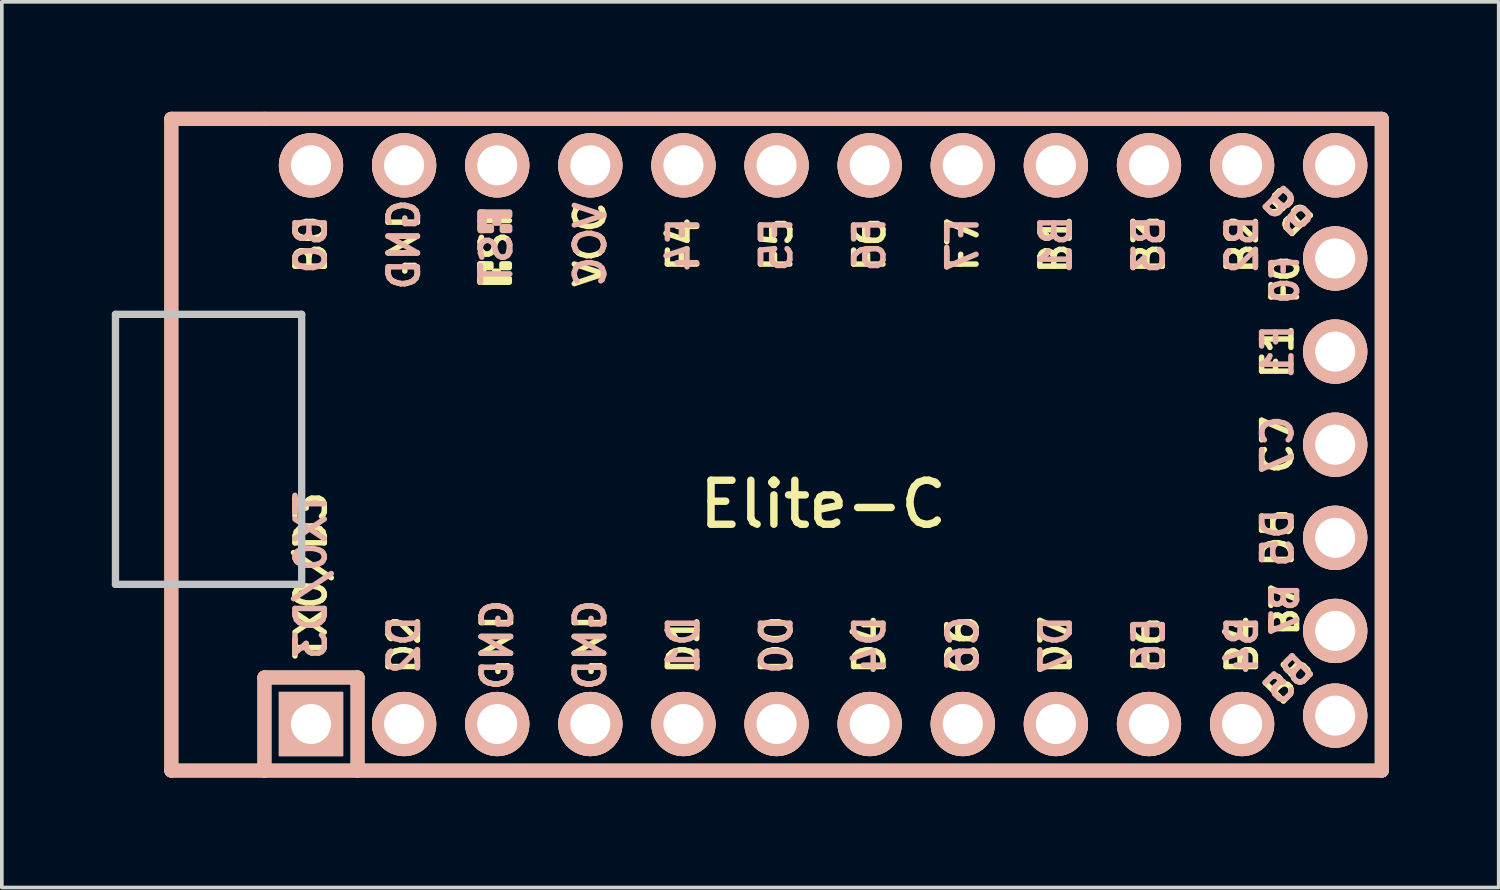
<source format=kicad_pcb>
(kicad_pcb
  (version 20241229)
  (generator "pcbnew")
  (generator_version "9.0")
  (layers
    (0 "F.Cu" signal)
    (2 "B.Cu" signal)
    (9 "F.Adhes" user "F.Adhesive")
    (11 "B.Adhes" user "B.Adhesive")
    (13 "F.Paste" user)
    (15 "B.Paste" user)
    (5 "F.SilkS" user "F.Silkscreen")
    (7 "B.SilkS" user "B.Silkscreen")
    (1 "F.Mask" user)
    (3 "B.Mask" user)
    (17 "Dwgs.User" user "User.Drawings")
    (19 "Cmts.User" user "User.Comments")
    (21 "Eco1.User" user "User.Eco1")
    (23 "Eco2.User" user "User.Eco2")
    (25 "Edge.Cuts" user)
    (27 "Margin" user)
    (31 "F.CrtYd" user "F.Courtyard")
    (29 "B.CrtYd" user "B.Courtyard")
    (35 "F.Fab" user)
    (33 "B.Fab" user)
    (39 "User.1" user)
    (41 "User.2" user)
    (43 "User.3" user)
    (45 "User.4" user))
  (footprint "Elite-C"
    (layer "F.Cu")
    (at 19.404 9.081)
    (property "Reference" "Elite-C" (at 0 1.625 0) (layer "F.SilkS") (effects (font (size 1.2 1.2) (thickness 0.203))))
    (attr through_hole)
    (fp_line (start -17.78 -8.89) (end -17.78 8.89) (stroke (width 0.381) (type solid)) (layer "F.SilkS"))
    (fp_line (start -17.78 8.89) (end -15.24 8.89) (stroke (width 0.381) (type solid)) (layer "F.SilkS"))
    (fp_line (start -15.24 -8.89) (end -17.78 -8.89) (stroke (width 0.381) (type solid)) (layer "F.SilkS"))
    (fp_line (start -15.24 6.35) (end -15.24 8.89) (stroke (width 0.381) (type solid)) (layer "F.SilkS"))
    (fp_line (start -15.24 6.35) (end -12.7 6.35) (stroke (width 0.381) (type solid)) (layer "F.SilkS"))
    (fp_line (start -15.24 8.89) (end 15.24 8.89) (stroke (width 0.381) (type solid)) (layer "F.SilkS"))
    (fp_line (start -12.7 6.35) (end -12.7 8.89) (stroke (width 0.381) (type solid)) (layer "F.SilkS"))
    (fp_line (start 15.24 -8.89) (end -15.24 -8.89) (stroke (width 0.381) (type solid)) (layer "F.SilkS"))
    (fp_line (start 15.24 8.89) (end 15.24 -8.89) (stroke (width 0.381) (type solid)) (layer "F.SilkS"))
    (fp_poly (pts (xy -9.361 -4.932) (xy -9.261 -4.932) (xy -9.261 -4.432) (xy -9.361 -4.432)) (stroke (width 0.15) (type solid)) (fill yes) (layer "F.SilkS"))
    (fp_poly (pts (xy -9.361 -4.932) (xy -9.061 -4.932) (xy -9.061 -4.832) (xy -9.361 -4.832)) (stroke (width 0.15) (type solid)) (fill yes) (layer "F.SilkS"))
    (fp_poly (pts (xy -9.361 -4.532) (xy -8.561 -4.532) (xy -8.561 -4.432) (xy -9.361 -4.432)) (stroke (width 0.15) (type solid)) (fill yes) (layer "F.SilkS"))
    (fp_poly (pts (xy -8.961 -4.732) (xy -8.861 -4.732) (xy -8.861 -4.632) (xy -8.961 -4.632)) (stroke (width 0.15) (type solid)) (fill yes) (layer "F.SilkS"))
    (fp_poly (pts (xy -8.761 -4.932) (xy -8.561 -4.932) (xy -8.561 -4.832) (xy -8.761 -4.832)) (stroke (width 0.15) (type solid)) (fill yes) (layer "F.SilkS"))
    (fp_line (start -17.78 -8.89) (end -17.78 8.89) (stroke (width 0.381) (type solid)) (layer "B.SilkS"))
    (fp_line (start -17.78 8.89) (end 15.24 8.89) (stroke (width 0.381) (type solid)) (layer "B.SilkS"))
    (fp_line (start -15.24 6.35) (end -15.24 8.89) (stroke (width 0.381) (type solid)) (layer "B.SilkS"))
    (fp_line (start -15.24 6.35) (end -12.7 6.35) (stroke (width 0.381) (type solid)) (layer "B.SilkS"))
    (fp_line (start -12.7 6.35) (end -12.7 8.89) (stroke (width 0.381) (type solid)) (layer "B.SilkS"))
    (fp_line (start 15.24 -8.89) (end -17.78 -8.89) (stroke (width 0.381) (type solid)) (layer "B.SilkS"))
    (fp_line (start 15.24 8.89) (end 15.24 -8.89) (stroke (width 0.381) (type solid)) (layer "B.SilkS"))
    (fp_poly (pts (xy -9.351 -6.245) (xy -8.551 -6.245) (xy -8.551 -6.345) (xy -9.351 -6.345)) (stroke (width 0.15) (type solid)) (fill yes) (layer "B.SilkS"))
    (fp_poly (pts (xy -9.351 -5.845) (xy -9.251 -5.845) (xy -9.251 -6.345) (xy -9.351 -6.345)) (stroke (width 0.15) (type solid)) (fill yes) (layer "B.SilkS"))
    (fp_poly (pts (xy -9.351 -5.845) (xy -9.051 -5.845) (xy -9.051 -5.945) (xy -9.351 -5.945)) (stroke (width 0.15) (type solid)) (fill yes) (layer "B.SilkS"))
    (fp_poly (pts (xy -8.951 -6.045) (xy -8.851 -6.045) (xy -8.851 -6.145) (xy -8.951 -6.145)) (stroke (width 0.15) (type solid)) (fill yes) (layer "B.SilkS"))
    (fp_poly (pts (xy -8.751 -5.845) (xy -8.551 -5.845) (xy -8.551 -5.945) (xy -8.751 -5.945)) (stroke (width 0.15) (type solid)) (fill yes) (layer "B.SilkS"))
    (fp_line (start -19.304 -3.556) (end -14.224 -3.556) (stroke (width 0.2) (type solid)) (layer "Dwgs.User"))
    (fp_line (start -19.304 3.81) (end -19.304 -3.556) (stroke (width 0.2) (type solid)) (layer "Dwgs.User"))
    (fp_line (start -14.224 -3.556) (end -14.224 3.81) (stroke (width 0.2) (type solid)) (layer "Dwgs.User"))
    (fp_line (start -14.224 3.81) (end -19.304 3.81) (stroke (width 0.2) (type solid)) (layer "Dwgs.User"))
    (fp_text user "F4" (at -3.81 -5.461 90) (layer "F.SilkS") (effects (font (size 0.8 0.8) (thickness 0.15))))
    (fp_text user "D7" (at 6.35 5.461 90) (layer "F.SilkS") (effects (font (size 0.8 0.8) (thickness 0.15))))
    (fp_text user "F7" (at 3.81 -5.461 90) (layer "F.SilkS") (effects (font (size 0.8 0.8) (thickness 0.15))))
    (fp_text user "B5" (at 12.7 6.4 45) (layer "F.SilkS") (effects (font (size 0.7 0.7) (thickness 0.15))))
    (fp_text user "ST" (at -8.92 -5.733 90) (layer "F.SilkS") (effects (font (size 0.8 0.8) (thickness 0.15))))
    (fp_text user "F0" (at 12.6 -4.5 90) (layer "F.SilkS") (effects (font (size 0.7 0.7) (thickness 0.15))))
    (fp_text user "C7" (at 12.4 0 90) (layer "F.SilkS") (effects (font (size 0.8 0.8) (thickness 0.15))))
    (fp_text user "GND" (at -11.43 -5.461 90) (layer "F.SilkS") (effects (font (size 0.8 0.8) (thickness 0.15))))
    (fp_text user "TX0/D3" (at -13.97 3.572 90) (layer "F.SilkS") (effects (font (size 0.8 0.8) (thickness 0.15))))
    (fp_text user "C6" (at 3.81 5.461 90) (layer "F.SilkS") (effects (font (size 0.8 0.8) (thickness 0.15))))
    (fp_text user "B3" (at 8.89 -5.461 90) (layer "F.SilkS") (effects (font (size 0.8 0.8) (thickness 0.15))))
    (fp_text user "VCC" (at -6.35 -5.461 90) (layer "F.SilkS") (effects (font (size 0.8 0.8) (thickness 0.15))))
    (fp_text user "GND" (at -8.89 5.461 90) (layer "F.SilkS") (effects (font (size 0.8 0.8) (thickness 0.15))))
    (fp_text user "D2" (at -11.43 5.461 90) (layer "F.SilkS") (effects (font (size 0.8 0.8) (thickness 0.15))))
    (fp_text user "F6" (at 1.27 -5.461 90) (layer "F.SilkS") (effects (font (size 0.8 0.8) (thickness 0.15))))
    (fp_text user "B4" (at 11.43 5.461 90) (layer "F.SilkS") (effects (font (size 0.8 0.8) (thickness 0.15))))
    (fp_text user "GND" (at -6.35 5.461 90) (layer "F.SilkS") (effects (font (size 0.8 0.8) (thickness 0.15))))
    (fp_text user "B1" (at 6.35 -5.461 90) (layer "F.SilkS") (effects (font (size 0.8 0.8) (thickness 0.15))))
    (fp_text user "D4" (at 1.27 5.461 90) (layer "F.SilkS") (effects (font (size 0.8 0.8) (thickness 0.15))))
    (fp_text user "B6" (at 12.7 -6.4 135) (unlocked yes) (layer "F.SilkS") (effects (font (size 0.7 0.7) (thickness 0.15))))
    (fp_text user "B2" (at 11.43 -5.461 90) (layer "F.SilkS") (effects (font (size 0.8 0.8) (thickness 0.15))))
    (fp_text user "D0" (at -1.27 5.461 90) (layer "F.SilkS") (effects (font (size 0.8 0.8) (thickness 0.15))))
    (fp_text user "B0" (at -13.97 -5.461 90) (layer "F.SilkS") (effects (font (size 0.8 0.8) (thickness 0.15))))
    (fp_text user "F1" (at 12.4 -2.54 90) (layer "F.SilkS") (effects (font (size 0.8 0.8) (thickness 0.15))))
    (fp_text user "F5" (at -1.27 -5.461 90) (layer "F.SilkS") (effects (font (size 0.8 0.8) (thickness 0.15))))
    (fp_text user "D5" (at 12.4 2.54 90) (layer "F.SilkS") (effects (font (size 0.8 0.8) (thickness 0.15))))
    (fp_text user "D1" (at -3.81 5.461 90) (layer "F.SilkS") (effects (font (size 0.8 0.8) (thickness 0.15))))
    (fp_text user "E6" (at 8.89 5.461 90) (layer "F.SilkS") (effects (font (size 0.8 0.8) (thickness 0.15))))
    (fp_text user "B7" (at 12.6 4.5 90) (layer "F.SilkS") (effects (font (size 0.7 0.7) (thickness 0.15))))
    (fp_text user "D1" (at -3.81 5.461 90) (layer "B.SilkS") (effects (font (size 0.8 0.8) (thickness 0.15)) (justify mirror)))
    (fp_text user "B4" (at 11.43 5.461 90) (layer "B.SilkS") (effects (font (size 0.8 0.8) (thickness 0.15)) (justify mirror)))
    (fp_text user "B0" (at -13.97 -5.461 90) (layer "B.SilkS") (effects (font (size 0.8 0.8) (thickness 0.15)) (justify mirror)))
    (fp_text user "F6" (at 1.27 -5.461 90) (layer "B.SilkS") (effects (font (size 0.8 0.8) (thickness 0.15)) (justify mirror)))
    (fp_text user "B6" (at 12.7 -6.4 135) (unlocked yes) (layer "B.SilkS") (effects (font (size 0.7 0.7) (thickness 0.15)) (justify mirror)))
    (fp_text user "B7" (at 12.6 4.5 90) (layer "B.SilkS") (effects (font (size 0.7 0.7) (thickness 0.15)) (justify mirror)))
    (fp_text user "VCC" (at -6.35 -5.461 90) (layer "B.SilkS") (effects (font (size 0.8 0.8) (thickness 0.15)) (justify mirror)))
    (fp_text user "F1" (at 12.4 -2.54 90) (layer "B.SilkS") (effects (font (size 0.8 0.8) (thickness 0.15)) (justify mirror)))
    (fp_text user "GND" (at -8.89 5.461 90) (layer "B.SilkS") (effects (font (size 0.8 0.8) (thickness 0.15)) (justify mirror)))
    (fp_text user "B5" (at 12.7 6.4 45) (layer "B.SilkS") (effects (font (size 0.7 0.7) (thickness 0.15)) (justify mirror)))
    (fp_text user "C6" (at 3.81 5.461 90) (layer "B.SilkS") (effects (font (size 0.8 0.8) (thickness 0.15)) (justify mirror)))
    (fp_text user "F7" (at 3.81 -5.461 90) (layer "B.SilkS") (effects (font (size 0.8 0.8) (thickness 0.15)) (justify mirror)))
    (fp_text user "B3" (at 8.89 -5.461 90) (layer "B.SilkS") (effects (font (size 0.8 0.8) (thickness 0.15)) (justify mirror)))
    (fp_text user "B1" (at 6.35 -5.461 90) (layer "B.SilkS") (effects (font (size 0.8 0.8) (thickness 0.15)) (justify mirror)))
    (fp_text user "D4" (at 1.27 5.461 90) (layer "B.SilkS") (effects (font (size 0.8 0.8) (thickness 0.15)) (justify mirror)))
    (fp_text user "TX0/D3" (at -13.97 3.572 90) (layer "B.SilkS") (effects (font (size 0.8 0.8) (thickness 0.15)) (justify mirror)))
    (fp_text user "B2" (at 11.43 -5.461 90) (layer "B.SilkS") (effects (font (size 0.8 0.8) (thickness 0.15)) (justify mirror)))
    (fp_text user "ST" (at -8.91 -5.04 90) (layer "B.SilkS") (effects (font (size 0.8 0.8) (thickness 0.15)) (justify mirror)))
    (fp_text user "F4" (at -3.81 -5.461 90) (layer "B.SilkS") (effects (font (size 0.8 0.8) (thickness 0.15)) (justify mirror)))
    (fp_text user "D0" (at -1.27 5.461 90) (layer "B.SilkS") (effects (font (size 0.8 0.8) (thickness 0.15)) (justify mirror)))
    (fp_text user "F0" (at 12.6 -4.5 90) (layer "B.SilkS") (effects (font (size 0.7 0.7) (thickness 0.15)) (justify mirror)))
    (fp_text user "GND" (at -11.43 -5.461 90) (layer "B.SilkS") (effects (font (size 0.8 0.8) (thickness 0.15)) (justify mirror)))
    (fp_text user "F5" (at -1.27 -5.461 90) (layer "B.SilkS") (effects (font (size 0.8 0.8) (thickness 0.15)) (justify mirror)))
    (fp_text user "D5" (at 12.4 2.54 90) (layer "B.SilkS") (effects (font (size 0.8 0.8) (thickness 0.15)) (justify mirror)))
    (fp_text user "GND" (at -6.35 5.461 90) (layer "B.SilkS") (effects (font (size 0.8 0.8) (thickness 0.15)) (justify mirror)))
    (fp_text user "D2" (at -11.43 5.461 90) (layer "B.SilkS") (effects (font (size 0.8 0.8) (thickness 0.15)) (justify mirror)))
    (fp_text user "E6" (at 8.89 5.461 90) (layer "B.SilkS") (effects (font (size 0.8 0.8) (thickness 0.15)) (justify mirror)))
    (fp_text user "C7" (at 12.4 0 90) (layer "B.SilkS") (effects (font (size 0.8 0.8) (thickness 0.15)) (justify mirror)))
    (fp_text user "D7" (at 6.35 5.461 90) (layer "B.SilkS") (effects (font (size 0.8 0.8) (thickness 0.15)) (justify mirror)))
    (pad "1" thru_hole rect (at -13.97 7.62) (size 1.753 1.753) (drill 1.092) (layers "*.Cu" "*.SilkS" "*.Mask"))
    (pad "2" thru_hole circle (at -11.43 7.62) (size 1.753 1.753) (drill 1.092) (layers "*.Cu" "*.SilkS" "*.Mask"))
    (pad "3" thru_hole circle (at -8.89 7.62) (size 1.753 1.753) (drill 1.092) (layers "*.Cu" "*.SilkS" "*.Mask"))
    (pad "4" thru_hole circle (at -6.35 7.62) (size 1.753 1.753) (drill 1.092) (layers "*.Cu" "*.SilkS" "*.Mask"))
    (pad "5" thru_hole circle (at -3.81 7.62) (size 1.753 1.753) (drill 1.092) (layers "*.Cu" "*.SilkS" "*.Mask"))
    (pad "6" thru_hole circle (at -1.27 7.62) (size 1.753 1.753) (drill 1.092) (layers "*.Cu" "*.SilkS" "*.Mask"))
    (pad "7" thru_hole circle (at 1.27 7.62) (size 1.753 1.753) (drill 1.092) (layers "*.Cu" "*.SilkS" "*.Mask"))
    (pad "8" thru_hole circle (at 3.81 7.62) (size 1.753 1.753) (drill 1.092) (layers "*.Cu" "*.SilkS" "*.Mask"))
    (pad "9" thru_hole circle (at 6.35 7.62) (size 1.753 1.753) (drill 1.092) (layers "*.Cu" "*.SilkS" "*.Mask"))
    (pad "10" thru_hole circle (at 8.89 7.62) (size 1.753 1.753) (drill 1.092) (layers "*.Cu" "*.SilkS" "*.Mask"))
    (pad "11" thru_hole circle (at 11.43 7.62) (size 1.753 1.753) (drill 1.092) (layers "*.Cu" "*.SilkS" "*.Mask"))
    (pad "12" thru_hole circle (at 13.97 7.391) (size 1.753 1.753) (drill 1.092) (layers "*.Cu" "*.SilkS" "*.Mask"))
    (pad "13" thru_hole circle (at 13.97 -7.62) (size 1.753 1.753) (drill 1.092) (layers "*.Cu" "*.SilkS" "*.Mask"))
    (pad "14" thru_hole circle (at 11.43 -7.62) (size 1.753 1.753) (drill 1.092) (layers "*.Cu" "*.SilkS" "*.Mask"))
    (pad "15" thru_hole circle (at 8.89 -7.62) (size 1.753 1.753) (drill 1.092) (layers "*.Cu" "*.SilkS" "*.Mask"))
    (pad "16" thru_hole circle (at 6.35 -7.62) (size 1.753 1.753) (drill 1.092) (layers "*.Cu" "*.SilkS" "*.Mask"))
    (pad "17" thru_hole circle (at 3.81 -7.62) (size 1.753 1.753) (drill 1.092) (layers "*.Cu" "*.SilkS" "*.Mask"))
    (pad "18" thru_hole circle (at 1.27 -7.62) (size 1.753 1.753) (drill 1.092) (layers "*.Cu" "*.SilkS" "*.Mask"))
    (pad "19" thru_hole circle (at -1.27 -7.62) (size 1.753 1.753) (drill 1.092) (layers "*.Cu" "*.SilkS" "*.Mask"))
    (pad "20" thru_hole circle (at -3.81 -7.62) (size 1.753 1.753) (drill 1.092) (layers "*.Cu" "*.SilkS" "*.Mask"))
    (pad "21" thru_hole circle (at -6.35 -7.62) (size 1.753 1.753) (drill 1.092) (layers "*.Cu" "*.SilkS" "*.Mask"))
    (pad "22" thru_hole circle (at -8.89 -7.62) (size 1.753 1.753) (drill 1.092) (layers "*.Cu" "*.SilkS" "*.Mask"))
    (pad "23" thru_hole circle (at -11.43 -7.62) (size 1.753 1.753) (drill 1.092) (layers "*.Cu" "*.SilkS" "*.Mask"))
    (pad "24" thru_hole circle (at -13.97 -7.62) (size 1.753 1.753) (drill 1.092) (layers "*.Cu" "*.SilkS" "*.Mask"))
    (pad "25" thru_hole circle (at 13.97 5.08) (size 1.753 1.753) (drill 1.092) (layers "*.Cu" "*.SilkS" "*.Mask"))
    (pad "26" thru_hole circle (at 13.97 2.54) (size 1.753 1.753) (drill 1.092) (layers "*.Cu" "*.SilkS" "*.Mask"))
    (pad "27" thru_hole circle (at 13.97 0) (size 1.753 1.753) (drill 1.092) (layers "*.Cu" "*.SilkS" "*.Mask"))
    (pad "28" thru_hole circle (at 13.97 -2.54) (size 1.753 1.753) (drill 1.092) (layers "*.Cu" "*.SilkS" "*.Mask"))
    (pad "29" thru_hole circle (at 13.97 -5.08) (size 1.753 1.753) (drill 1.092) (layers "*.Cu" "*.SilkS" "*.Mask")))
  (gr_rect
    (start -3 -3)
    (end 37.834 21.161)
    (stroke (width 0.1) (type default))
    (fill no)
    (layer "Edge.Cuts")))
</source>
